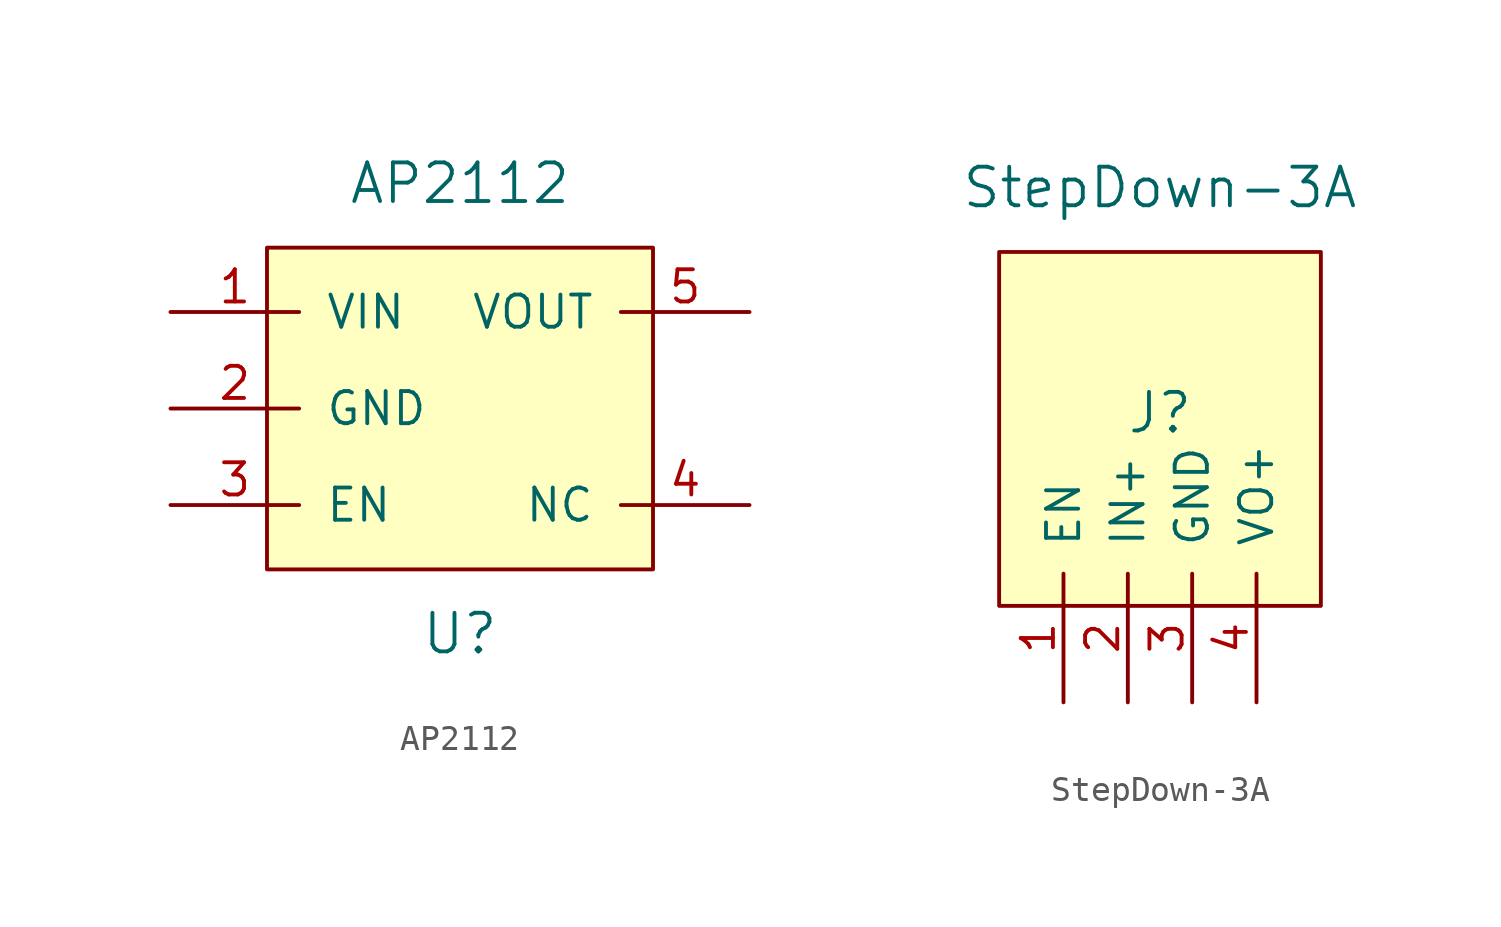
<source format=kicad_sym>
(kicad_symbol_lib
  (version 20211014)
  (generator kicad_symbol_editor)
  (symbol "AP2112"
    (pin_names
      (offset 1.016))
    (property "Reference" "U"
      (at 0 -8.89 0)
      (effects (font (size 1.524 1.524))))
    (property "Value" "AP2112"
      (at 0 8.89 0)
      (effects (font (size 1.524 1.524))))
    (symbol "AP2112_0_1"
      (rectangle (start -7.62 6.35) (end 7.62 -6.35) (stroke (width 0) (type default) (color 0 0 0 0)) (fill (type background))))
    (symbol "AP2112_1_1"
      (pin input line (at -11.43 3.81 0) (length 5.08) (name "VIN" (effects (font (size 1.27 1.27)))) (number "1" (effects (font (size 1.27 1.27)))))
      (pin input line (at -11.43 0 0) (length 5.08) (name "GND" (effects (font (size 1.27 1.27)))) (number "2" (effects (font (size 1.27 1.27)))))
      (pin input line (at -11.43 -3.81 0) (length 5.08) (name "EN" (effects (font (size 1.27 1.27)))) (number "3" (effects (font (size 1.27 1.27)))))
      (pin input line (at 11.43 -3.81 180) (length 5.08) (name "NC" (effects (font (size 1.27 1.27)))) (number "4" (effects (font (size 1.27 1.27)))))
      (pin input line (at 11.43 3.81 180) (length 5.08) (name "VOUT" (effects (font (size 1.27 1.27)))) (number "5" (effects (font (size 1.27 1.27)))))))
  (symbol "StepDown-3A"
    (pin_names
      (offset 1.016))
    (property "Reference" "J"
      (at 0 0 0)
      (effects (font (size 1.524 1.524))))
    (property "Value" "StepDown-3A"
      (at 0 8.89 0)
      (effects (font (size 1.524 1.524))))
    (symbol "StepDown-3A_0_1"
      (rectangle (start -6.35 6.35) (end 6.35 -7.62) (stroke (width 0) (type default) (color 0 0 0 0)) (fill (type background))))
    (symbol "StepDown-3A_1_1"
      (pin input line (at -3.81 -11.43 90) (length 5.08) (name "EN" (effects (font (size 1.27 1.27)))) (number "1" (effects (font (size 1.27 1.27)))))
      (pin input line (at -1.27 -11.43 90) (length 5.08) (name "IN+" (effects (font (size 1.27 1.27)))) (number "2" (effects (font (size 1.27 1.27)))))
      (pin input line (at 1.27 -11.43 90) (length 5.08) (name "GND" (effects (font (size 1.27 1.27)))) (number "3" (effects (font (size 1.27 1.27)))))
      (pin input line (at 3.81 -11.43 90) (length 5.08) (name "VO+" (effects (font (size 1.27 1.27)))) (number "4" (effects (font (size 1.27 1.27))))))))
</source>
